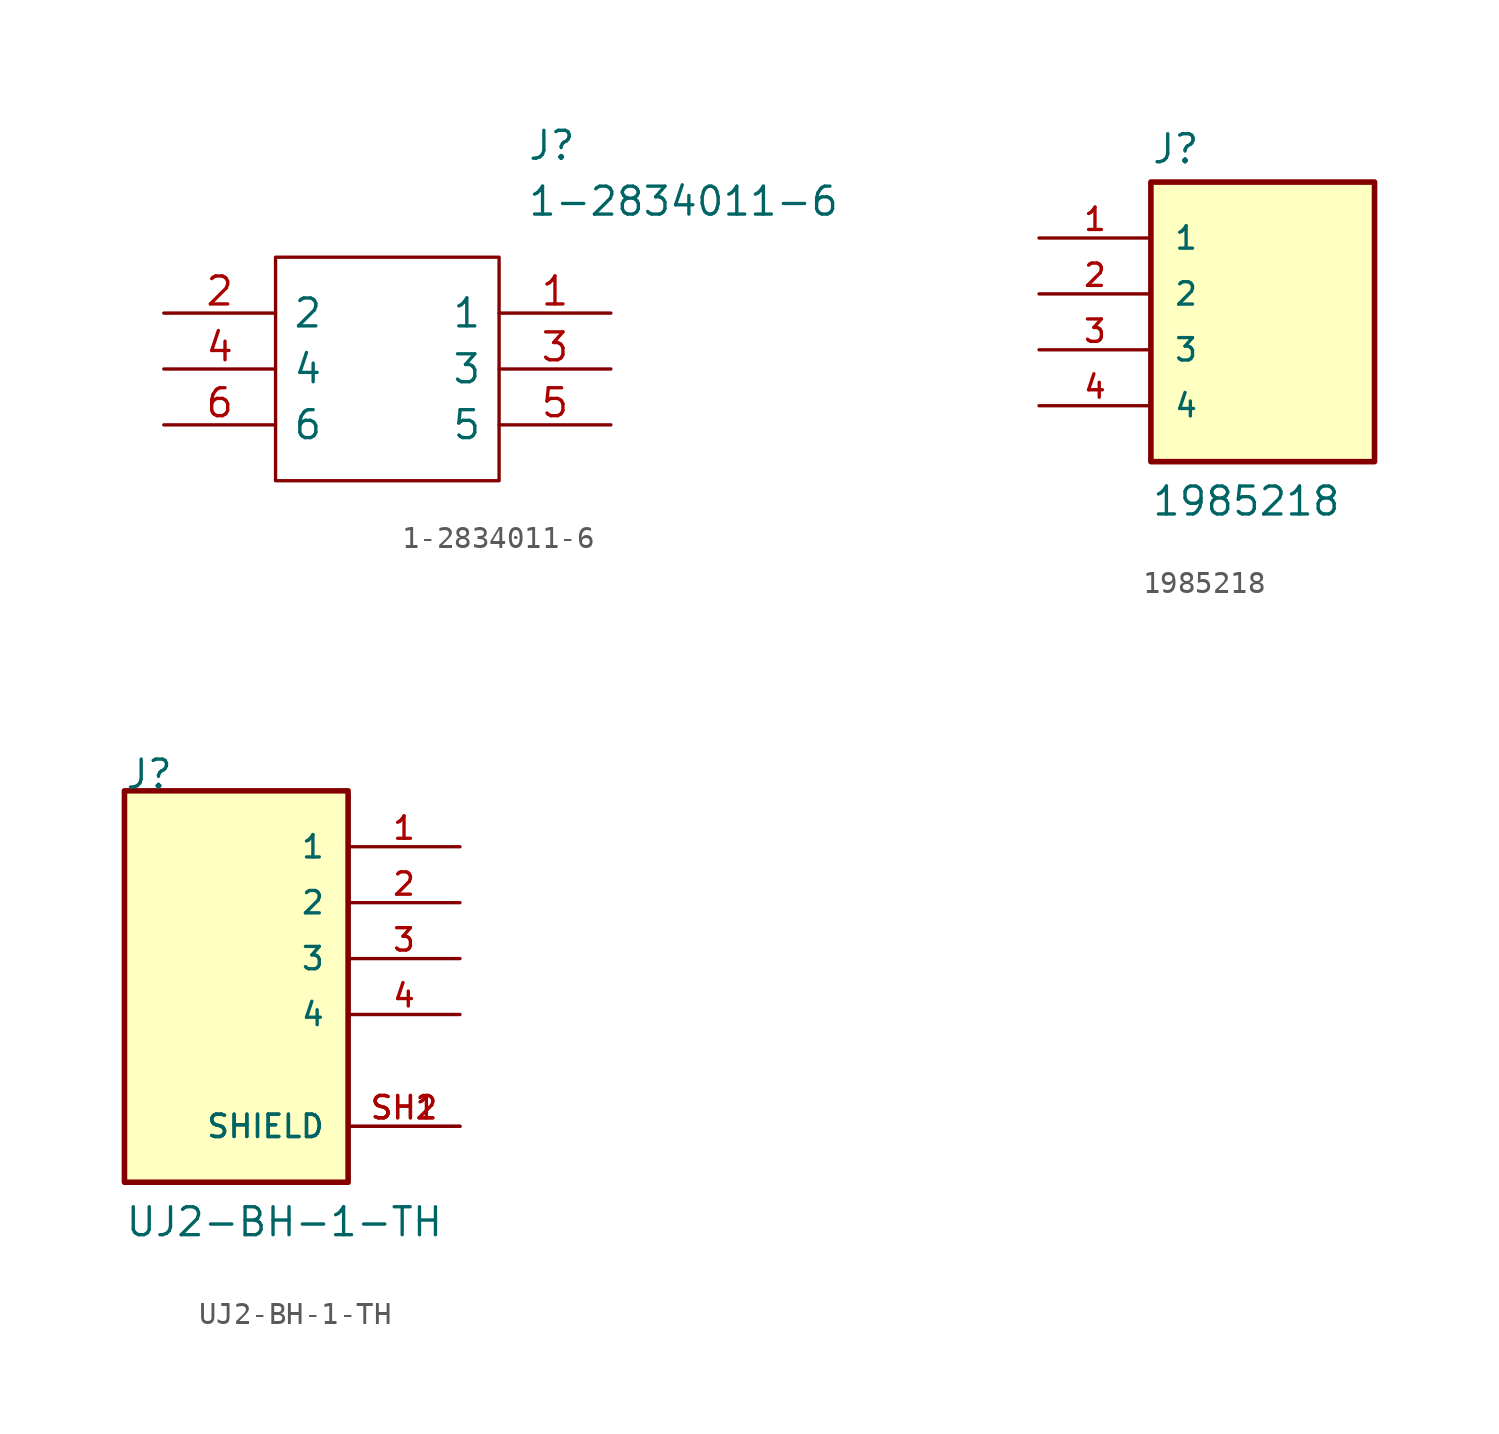
<source format=kicad_sym>
(kicad_symbol_lib
  (version 20211014)
  (generator kicad_symbol_editor)
  (symbol "1-2834011-6"
    (pin_names
      (offset 0.762))
    (property "Reference" "J"
      (at 16.51 7.62 0)
      (effects (font (size 1.270 1.270)) (justify left)))
    (property "Value" "1-2834011-6"
      (at 16.51 5.08 0)
      (effects (font (size 1.270 1.270)) (justify left)))
    (symbol "1-2834011-6_0_0"
      (polyline (pts (xy 5.080 2.540) (xy 15.240 2.540) (xy 15.240 -7.620) (xy 5.080 -7.620) (xy 5.080 2.540)) (stroke (width 0.152) (type default)) (fill (type none)))
      (pin passive line (at 20.320 0.000 180) (length 5.080) (name "1" (effects (font (size 1.270 1.270)))) (number "1" (effects (font (size 1.270 1.270)))))
      (pin passive line (at 0.000 0.000 0) (length 5.080) (name "2" (effects (font (size 1.270 1.270)))) (number "2" (effects (font (size 1.270 1.270)))))
      (pin passive line (at 20.320 -2.540 180) (length 5.080) (name "3" (effects (font (size 1.270 1.270)))) (number "3" (effects (font (size 1.270 1.270)))))
      (pin passive line (at 0.000 -2.540 0) (length 5.080) (name "4" (effects (font (size 1.270 1.270)))) (number "4" (effects (font (size 1.270 1.270)))))
      (pin passive line (at 20.320 -5.080 180) (length 5.080) (name "5" (effects (font (size 1.270 1.270)))) (number "5" (effects (font (size 1.270 1.270)))))
      (pin passive line (at 0.000 -5.080 0) (length 5.080) (name "6" (effects (font (size 1.270 1.270)))) (number "6" (effects (font (size 1.270 1.270)))))))
  (symbol "1985218"
    (pin_names
      (offset 1.016))
    (property "Reference" "J"
      (at -5.08 8.382 0)
      (effects (font (size 1.27 1.27)) (justify bottom left)))
    (property "Value" "1985218"
      (at -5.08 -7.62 0)
      (effects (font (size 1.27 1.27)) (justify bottom left)))
    (symbol "1985218_0_0"
      (rectangle (start -5.08 -5.08) (end 5.08 7.62) (stroke (width 0.254)) (fill (type background)))
      (pin passive line (at -10.16 5.08 0) (length 5.08) (name "1" (effects (font (size 1.016 1.016)))) (number "1" (effects (font (size 1.016 1.016)))))
      (pin passive line (at -10.16 2.54 0) (length 5.08) (name "2" (effects (font (size 1.016 1.016)))) (number "2" (effects (font (size 1.016 1.016)))))
      (pin passive line (at -10.16 0.0 0) (length 5.08) (name "3" (effects (font (size 1.016 1.016)))) (number "3" (effects (font (size 1.016 1.016)))))
      (pin passive line (at -10.16 -2.54 0) (length 5.08) (name "4" (effects (font (size 1.016 1.016)))) (number "4" (effects (font (size 1.016 1.016)))))))
  (symbol "UJ2-BH-1-TH"
    (pin_names
      (offset 1.016))
    (property "Reference" "J"
      (at -5.086 7.629 0)
      (effects (font (size 1.27 1.27)) (justify bottom left)))
    (property "Value" "UJ2-BH-1-TH"
      (at -5.083 -12.706 0)
      (effects (font (size 1.27 1.27)) (justify bottom left)))
    (symbol "UJ2-BH-1-TH_0_0"
      (rectangle (start -5.08 -10.16) (end 5.08 7.62) (stroke (width 0.254)) (fill (type background)))
      (pin passive line (at 10.16 5.08 180.0) (length 5.08) (name "1" (effects (font (size 1.016 1.016)))) (number "1" (effects (font (size 1.016 1.016)))))
      (pin passive line (at 10.16 2.54 180.0) (length 5.08) (name "2" (effects (font (size 1.016 1.016)))) (number "2" (effects (font (size 1.016 1.016)))))
      (pin passive line (at 10.16 0.0 180.0) (length 5.08) (name "3" (effects (font (size 1.016 1.016)))) (number "3" (effects (font (size 1.016 1.016)))))
      (pin passive line (at 10.16 -2.54 180.0) (length 5.08) (name "4" (effects (font (size 1.016 1.016)))) (number "4" (effects (font (size 1.016 1.016)))))
      (pin passive line (at 10.16 -7.62 180.0) (length 5.08) (name "SHIELD" (effects (font (size 1.016 1.016)))) (number "SH1" (effects (font (size 1.016 1.016)))))
      (pin passive line (at 10.16 -7.62 180.0) (length 5.08) (name "SHIELD" (effects (font (size 1.016 1.016)))) (number "SH2" (effects (font (size 1.016 1.016))))))))
</source>
